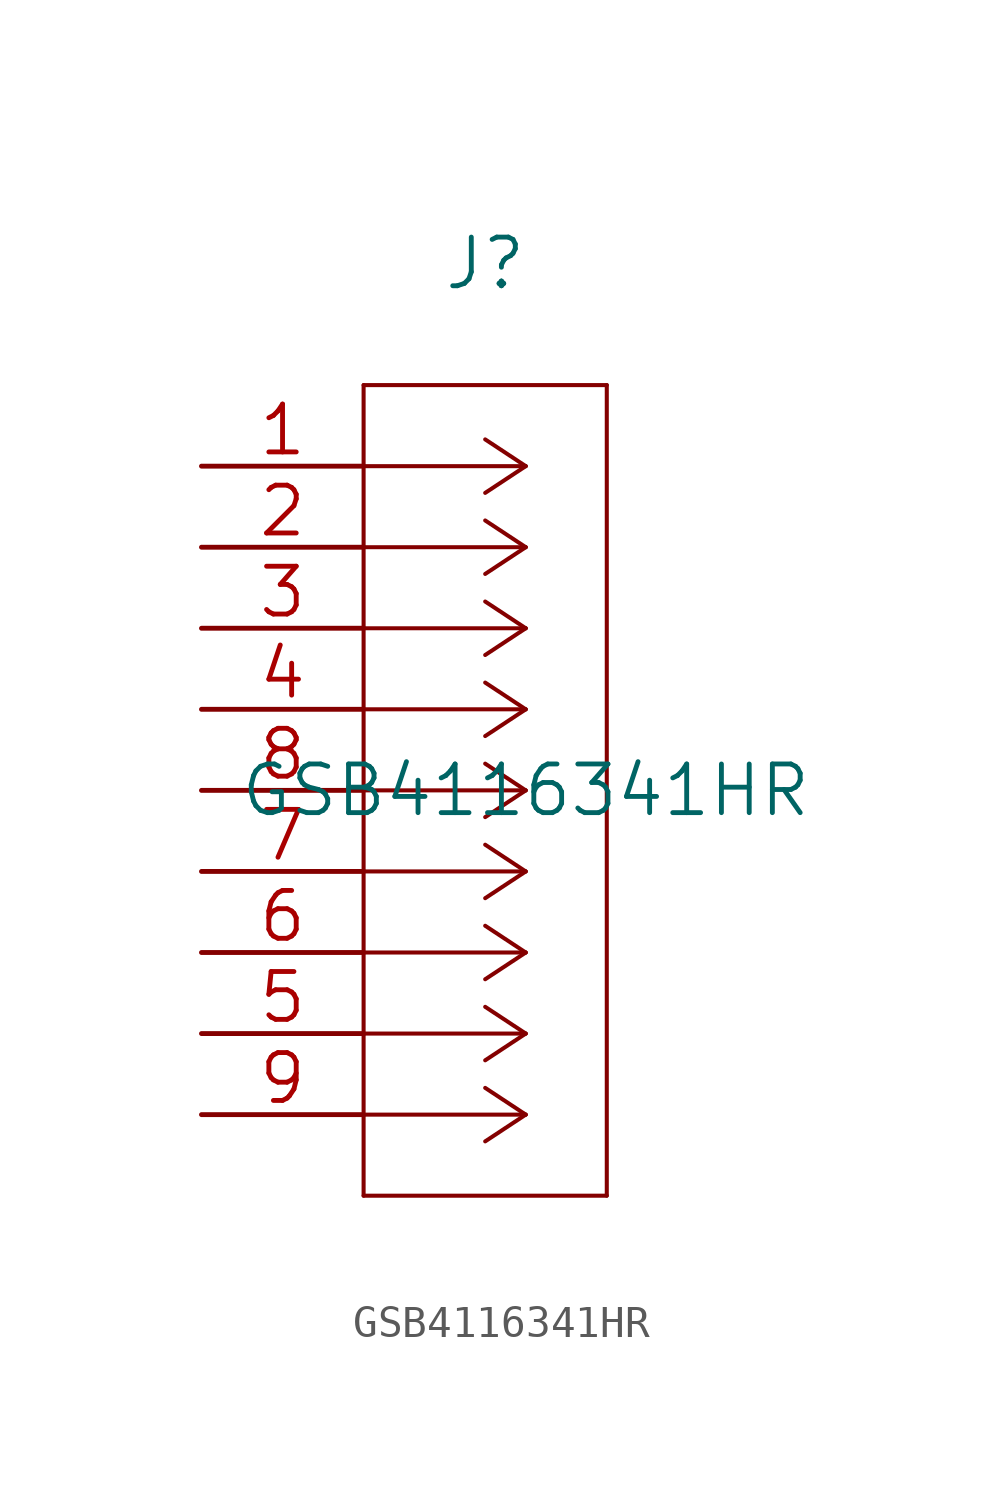
<source format=kicad_sym>
(kicad_symbol_lib
  (version 20211014)
  (generator kicad_symbol_editor)
  (symbol "GSB4116341HR"
    (pin_names
      (offset 0.254) hide)
    (property "Reference" "J"
      (at 8.89 6.35 0)
      (effects (font (size 1.524 1.524))))
    (property "Value" "GSB4116341HR"
      (at 10.16 -10.16 0)
      (effects (font (size 1.524 1.524))))
    (property "Datasheet" ""
      (at 0 0 0)
      (effects (font (size 1.524 1.524))))
    (property "ki_locked" ""
      (at 0 0 0)
      (effects (font (size 1.27 1.27))))
    (symbol "GSB4116341HR_1_1"
      (polyline (pts (xy 5.08 -22.86) (xy 12.7 -22.86)) (stroke (width 0.127) (type default) (color 0 0 0 0)) (fill (type none)))
      (polyline (pts (xy 5.08 2.54) (xy 5.08 -22.86)) (stroke (width 0.127) (type default) (color 0 0 0 0)) (fill (type none)))
      (polyline (pts (xy 10.16 -20.32) (xy 5.08 -20.32)) (stroke (width 0.127) (type default) (color 0 0 0 0)) (fill (type none)))
      (polyline (pts (xy 10.16 -20.32) (xy 8.89 -21.158)) (stroke (width 0.127) (type default) (color 0 0 0 0)) (fill (type none)))
      (polyline (pts (xy 10.16 -20.32) (xy 8.89 -19.482)) (stroke (width 0.127) (type default) (color 0 0 0 0)) (fill (type none)))
      (polyline (pts (xy 10.16 -17.78) (xy 5.08 -17.78)) (stroke (width 0.127) (type default) (color 0 0 0 0)) (fill (type none)))
      (polyline (pts (xy 10.16 -17.78) (xy 8.89 -18.618)) (stroke (width 0.127) (type default) (color 0 0 0 0)) (fill (type none)))
      (polyline (pts (xy 10.16 -17.78) (xy 8.89 -16.942)) (stroke (width 0.127) (type default) (color 0 0 0 0)) (fill (type none)))
      (polyline (pts (xy 10.16 -15.24) (xy 5.08 -15.24)) (stroke (width 0.127) (type default) (color 0 0 0 0)) (fill (type none)))
      (polyline (pts (xy 10.16 -15.24) (xy 8.89 -16.078)) (stroke (width 0.127) (type default) (color 0 0 0 0)) (fill (type none)))
      (polyline (pts (xy 10.16 -15.24) (xy 8.89 -14.402)) (stroke (width 0.127) (type default) (color 0 0 0 0)) (fill (type none)))
      (polyline (pts (xy 10.16 -12.7) (xy 5.08 -12.7)) (stroke (width 0.127) (type default) (color 0 0 0 0)) (fill (type none)))
      (polyline (pts (xy 10.16 -12.7) (xy 8.89 -13.538)) (stroke (width 0.127) (type default) (color 0 0 0 0)) (fill (type none)))
      (polyline (pts (xy 10.16 -12.7) (xy 8.89 -11.862)) (stroke (width 0.127) (type default) (color 0 0 0 0)) (fill (type none)))
      (polyline (pts (xy 10.16 -10.16) (xy 5.08 -10.16)) (stroke (width 0.127) (type default) (color 0 0 0 0)) (fill (type none)))
      (polyline (pts (xy 10.16 -10.16) (xy 8.89 -10.998)) (stroke (width 0.127) (type default) (color 0 0 0 0)) (fill (type none)))
      (polyline (pts (xy 10.16 -10.16) (xy 8.89 -9.322)) (stroke (width 0.127) (type default) (color 0 0 0 0)) (fill (type none)))
      (polyline (pts (xy 10.16 -7.62) (xy 5.08 -7.62)) (stroke (width 0.127) (type default) (color 0 0 0 0)) (fill (type none)))
      (polyline (pts (xy 10.16 -7.62) (xy 8.89 -8.458)) (stroke (width 0.127) (type default) (color 0 0 0 0)) (fill (type none)))
      (polyline (pts (xy 10.16 -7.62) (xy 8.89 -6.782)) (stroke (width 0.127) (type default) (color 0 0 0 0)) (fill (type none)))
      (polyline (pts (xy 10.16 -5.08) (xy 5.08 -5.08)) (stroke (width 0.127) (type default) (color 0 0 0 0)) (fill (type none)))
      (polyline (pts (xy 10.16 -5.08) (xy 8.89 -5.918)) (stroke (width 0.127) (type default) (color 0 0 0 0)) (fill (type none)))
      (polyline (pts (xy 10.16 -5.08) (xy 8.89 -4.242)) (stroke (width 0.127) (type default) (color 0 0 0 0)) (fill (type none)))
      (polyline (pts (xy 10.16 -2.54) (xy 5.08 -2.54)) (stroke (width 0.127) (type default) (color 0 0 0 0)) (fill (type none)))
      (polyline (pts (xy 10.16 -2.54) (xy 8.89 -3.378)) (stroke (width 0.127) (type default) (color 0 0 0 0)) (fill (type none)))
      (polyline (pts (xy 10.16 -2.54) (xy 8.89 -1.702)) (stroke (width 0.127) (type default) (color 0 0 0 0)) (fill (type none)))
      (polyline (pts (xy 10.16 0) (xy 5.08 0)) (stroke (width 0.127) (type default) (color 0 0 0 0)) (fill (type none)))
      (polyline (pts (xy 10.16 0) (xy 8.89 -0.838)) (stroke (width 0.127) (type default) (color 0 0 0 0)) (fill (type none)))
      (polyline (pts (xy 10.16 0) (xy 8.89 0.838)) (stroke (width 0.127) (type default) (color 0 0 0 0)) (fill (type none)))
      (polyline (pts (xy 12.7 -22.86) (xy 12.7 2.54)) (stroke (width 0.127) (type default) (color 0 0 0 0)) (fill (type none)))
      (polyline (pts (xy 12.7 2.54) (xy 5.08 2.54)) (stroke (width 0.127) (type default) (color 0 0 0 0)) (fill (type none)))
      (pin unspecified line (at 0 0 0) (length 5.08) (name "1" (effects (font (size 1.499 1.499)))) (number "1" (effects (font (size 1.499 1.499)))))
      (pin unspecified line (at 0 -2.54 0) (length 5.08) (name "2" (effects (font (size 1.499 1.499)))) (number "2" (effects (font (size 1.499 1.499)))))
      (pin unspecified line (at 0 -5.08 0) (length 5.08) (name "3" (effects (font (size 1.499 1.499)))) (number "3" (effects (font (size 1.499 1.499)))))
      (pin unspecified line (at 0 -7.62 0) (length 5.08) (name "4" (effects (font (size 1.499 1.499)))) (number "4" (effects (font (size 1.499 1.499)))))
      (pin unspecified line (at 0 -17.78 0) (length 5.08) (name "5" (effects (font (size 1.499 1.499)))) (number "5" (effects (font (size 1.499 1.499)))))
      (pin unspecified line (at 0 -15.24 0) (length 5.08) (name "6" (effects (font (size 1.499 1.499)))) (number "6" (effects (font (size 1.499 1.499)))))
      (pin unspecified line (at 0 -12.7 0) (length 5.08) (name "7" (effects (font (size 1.499 1.499)))) (number "7" (effects (font (size 1.499 1.499)))))
      (pin unspecified line (at 0 -10.16 0) (length 5.08) (name "8" (effects (font (size 1.499 1.499)))) (number "8" (effects (font (size 1.499 1.499)))))
      (pin unspecified line (at 0 -20.32 0) (length 5.08) (name "9" (effects (font (size 1.499 1.499)))) (number "9" (effects (font (size 1.499 1.499))))))))
</source>
